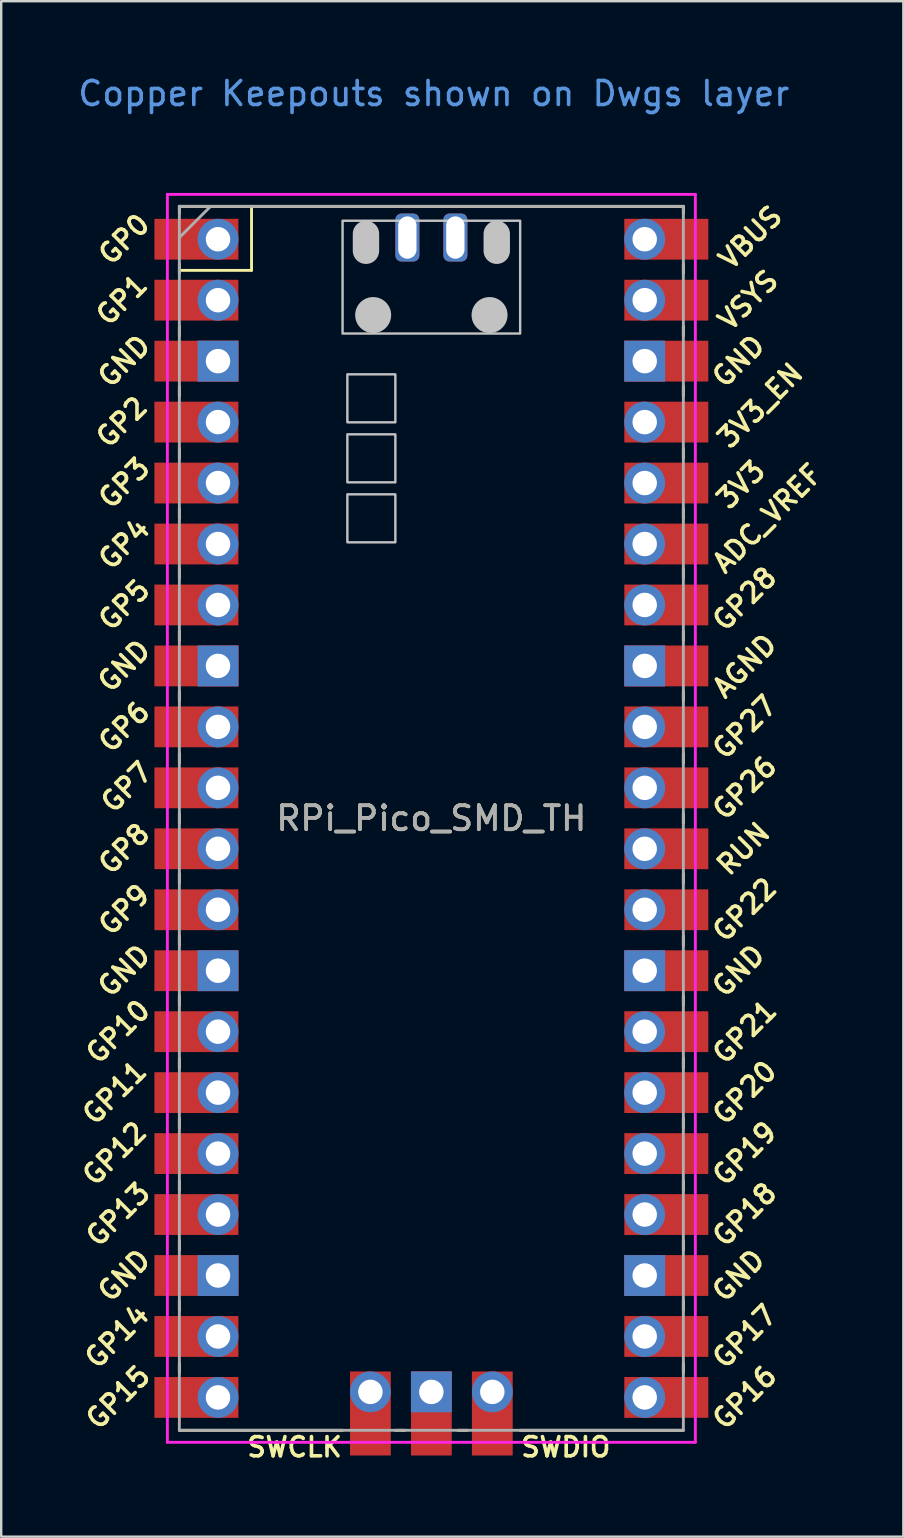
<source format=kicad_pcb>
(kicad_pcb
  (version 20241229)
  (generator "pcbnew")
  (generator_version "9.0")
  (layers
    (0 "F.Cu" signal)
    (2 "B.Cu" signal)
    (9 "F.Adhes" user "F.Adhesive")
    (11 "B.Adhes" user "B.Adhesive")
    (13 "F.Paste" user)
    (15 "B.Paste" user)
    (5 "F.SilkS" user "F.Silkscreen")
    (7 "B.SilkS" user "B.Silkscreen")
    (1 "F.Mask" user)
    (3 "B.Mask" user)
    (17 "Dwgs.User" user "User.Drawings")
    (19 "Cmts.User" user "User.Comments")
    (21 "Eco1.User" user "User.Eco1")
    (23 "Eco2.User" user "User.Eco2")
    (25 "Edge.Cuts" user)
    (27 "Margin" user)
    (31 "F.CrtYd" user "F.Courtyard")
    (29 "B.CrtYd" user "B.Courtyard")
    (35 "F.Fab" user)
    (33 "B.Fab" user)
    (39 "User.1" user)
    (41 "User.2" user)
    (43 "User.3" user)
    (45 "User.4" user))
  (footprint "RPi_Pico_SMD_TH"
    (layer "F.Cu")
    (at 14.924 31.048)
    (property "Reference" "RPi_Pico_SMD_TH" (at 0 0 0) (layer "F.SilkS") (effects (font (size 1 1) (thickness 0.15))))
    (attr through_hole)
    (fp_line (start -10.5 -25.5) (end -10.5 -25.2) (stroke (width 0.12) (type solid)) (layer "F.SilkS"))
    (fp_line (start -10.5 -25.5) (end 10.5 -25.5) (stroke (width 0.12) (type solid)) (layer "F.SilkS"))
    (fp_line (start -10.5 -23.1) (end -10.5 -22.7) (stroke (width 0.12) (type solid)) (layer "F.SilkS"))
    (fp_line (start -10.5 -22.833) (end -7.493 -22.833) (stroke (width 0.12) (type solid)) (layer "F.SilkS"))
    (fp_line (start -10.5 -20.5) (end -10.5 -20.1) (stroke (width 0.12) (type solid)) (layer "F.SilkS"))
    (fp_line (start -10.5 -18) (end -10.5 -17.6) (stroke (width 0.12) (type solid)) (layer "F.SilkS"))
    (fp_line (start -10.5 -15.4) (end -10.5 -15) (stroke (width 0.12) (type solid)) (layer "F.SilkS"))
    (fp_line (start -10.5 -12.9) (end -10.5 -12.5) (stroke (width 0.12) (type solid)) (layer "F.SilkS"))
    (fp_line (start -10.5 -10.4) (end -10.5 -10) (stroke (width 0.12) (type solid)) (layer "F.SilkS"))
    (fp_line (start -10.5 -7.8) (end -10.5 -7.4) (stroke (width 0.12) (type solid)) (layer "F.SilkS"))
    (fp_line (start -10.5 -5.3) (end -10.5 -4.9) (stroke (width 0.12) (type solid)) (layer "F.SilkS"))
    (fp_line (start -10.5 -2.7) (end -10.5 -2.3) (stroke (width 0.12) (type solid)) (layer "F.SilkS"))
    (fp_line (start -10.5 -0.2) (end -10.5 0.2) (stroke (width 0.12) (type solid)) (layer "F.SilkS"))
    (fp_line (start -10.5 2.3) (end -10.5 2.7) (stroke (width 0.12) (type solid)) (layer "F.SilkS"))
    (fp_line (start -10.5 4.9) (end -10.5 5.3) (stroke (width 0.12) (type solid)) (layer "F.SilkS"))
    (fp_line (start -10.5 7.4) (end -10.5 7.8) (stroke (width 0.12) (type solid)) (layer "F.SilkS"))
    (fp_line (start -10.5 10) (end -10.5 10.4) (stroke (width 0.12) (type solid)) (layer "F.SilkS"))
    (fp_line (start -10.5 12.5) (end -10.5 12.9) (stroke (width 0.12) (type solid)) (layer "F.SilkS"))
    (fp_line (start -10.5 15.1) (end -10.5 15.5) (stroke (width 0.12) (type solid)) (layer "F.SilkS"))
    (fp_line (start -10.5 17.6) (end -10.5 18) (stroke (width 0.12) (type solid)) (layer "F.SilkS"))
    (fp_line (start -10.5 20.1) (end -10.5 20.5) (stroke (width 0.12) (type solid)) (layer "F.SilkS"))
    (fp_line (start -10.5 22.7) (end -10.5 23.1) (stroke (width 0.12) (type solid)) (layer "F.SilkS"))
    (fp_line (start -7.493 -22.833) (end -7.493 -25.5) (stroke (width 0.12) (type solid)) (layer "F.SilkS"))
    (fp_line (start -3.7 25.5) (end -10.5 25.5) (stroke (width 0.12) (type solid)) (layer "F.SilkS"))
    (fp_line (start -1.5 25.5) (end -1.1 25.5) (stroke (width 0.12) (type solid)) (layer "F.SilkS"))
    (fp_line (start 1.1 25.5) (end 1.5 25.5) (stroke (width 0.12) (type solid)) (layer "F.SilkS"))
    (fp_line (start 10.5 -25.5) (end 10.5 -25.2) (stroke (width 0.12) (type solid)) (layer "F.SilkS"))
    (fp_line (start 10.5 -23.1) (end 10.5 -22.7) (stroke (width 0.12) (type solid)) (layer "F.SilkS"))
    (fp_line (start 10.5 -20.5) (end 10.5 -20.1) (stroke (width 0.12) (type solid)) (layer "F.SilkS"))
    (fp_line (start 10.5 -18) (end 10.5 -17.6) (stroke (width 0.12) (type solid)) (layer "F.SilkS"))
    (fp_line (start 10.5 -15.4) (end 10.5 -15) (stroke (width 0.12) (type solid)) (layer "F.SilkS"))
    (fp_line (start 10.5 -12.9) (end 10.5 -12.5) (stroke (width 0.12) (type solid)) (layer "F.SilkS"))
    (fp_line (start 10.5 -10.4) (end 10.5 -10) (stroke (width 0.12) (type solid)) (layer "F.SilkS"))
    (fp_line (start 10.5 -7.8) (end 10.5 -7.4) (stroke (width 0.12) (type solid)) (layer "F.SilkS"))
    (fp_line (start 10.5 -5.3) (end 10.5 -4.9) (stroke (width 0.12) (type solid)) (layer "F.SilkS"))
    (fp_line (start 10.5 -2.7) (end 10.5 -2.3) (stroke (width 0.12) (type solid)) (layer "F.SilkS"))
    (fp_line (start 10.5 -0.2) (end 10.5 0.2) (stroke (width 0.12) (type solid)) (layer "F.SilkS"))
    (fp_line (start 10.5 2.3) (end 10.5 2.7) (stroke (width 0.12) (type solid)) (layer "F.SilkS"))
    (fp_line (start 10.5 4.9) (end 10.5 5.3) (stroke (width 0.12) (type solid)) (layer "F.SilkS"))
    (fp_line (start 10.5 7.4) (end 10.5 7.8) (stroke (width 0.12) (type solid)) (layer "F.SilkS"))
    (fp_line (start 10.5 10) (end 10.5 10.4) (stroke (width 0.12) (type solid)) (layer "F.SilkS"))
    (fp_line (start 10.5 12.5) (end 10.5 12.9) (stroke (width 0.12) (type solid)) (layer "F.SilkS"))
    (fp_line (start 10.5 15.1) (end 10.5 15.5) (stroke (width 0.12) (type solid)) (layer "F.SilkS"))
    (fp_line (start 10.5 17.6) (end 10.5 18) (stroke (width 0.12) (type solid)) (layer "F.SilkS"))
    (fp_line (start 10.5 20.1) (end 10.5 20.5) (stroke (width 0.12) (type solid)) (layer "F.SilkS"))
    (fp_line (start 10.5 22.7) (end 10.5 23.1) (stroke (width 0.12) (type solid)) (layer "F.SilkS"))
    (fp_line (start 10.5 25.5) (end 3.7 25.5) (stroke (width 0.12) (type solid)) (layer "F.SilkS"))
    (fp_poly (pts (xy -1.5 -16.5) (xy -3.5 -16.5) (xy -3.5 -18.5) (xy -1.5 -18.5)) (stroke (width 0.1) (type solid)) (fill no) (layer "Dwgs.User"))
    (fp_poly (pts (xy -1.5 -14) (xy -3.5 -14) (xy -3.5 -16) (xy -1.5 -16)) (stroke (width 0.1) (type solid)) (fill no) (layer "Dwgs.User"))
    (fp_poly (pts (xy -1.5 -11.5) (xy -3.5 -11.5) (xy -3.5 -13.5) (xy -1.5 -13.5)) (stroke (width 0.1) (type solid)) (fill no) (layer "Dwgs.User"))
    (fp_poly (pts (xy 3.7 -20.2) (xy -3.7 -20.2) (xy -3.7 -24.9) (xy 3.7 -24.9)) (stroke (width 0.1) (type solid)) (fill no) (layer "Dwgs.User"))
    (fp_line (start -11 -26) (end 11 -26) (stroke (width 0.12) (type solid)) (layer "F.CrtYd"))
    (fp_line (start -11 26) (end -11 -26) (stroke (width 0.12) (type solid)) (layer "F.CrtYd"))
    (fp_line (start 11 -26) (end 11 26) (stroke (width 0.12) (type solid)) (layer "F.CrtYd"))
    (fp_line (start 11 26) (end -11 26) (stroke (width 0.12) (type solid)) (layer "F.CrtYd"))
    (fp_line (start -10.5 -25.5) (end 10.5 -25.5) (stroke (width 0.12) (type solid)) (layer "F.Fab"))
    (fp_line (start -10.5 -24.2) (end -9.2 -25.5) (stroke (width 0.12) (type solid)) (layer "F.Fab"))
    (fp_line (start -10.5 25.5) (end -10.5 -25.5) (stroke (width 0.12) (type solid)) (layer "F.Fab"))
    (fp_line (start 10.5 -25.5) (end 10.5 25.5) (stroke (width 0.12) (type solid)) (layer "F.Fab"))
    (fp_line (start 10.5 25.5) (end -10.5 25.5) (stroke (width 0.12) (type solid)) (layer "F.Fab"))
    (fp_text user "GND" (at 12.8 -19.05 45) (layer "F.SilkS") (effects (font (size 0.8 0.8) (thickness 0.15))))
    (fp_text user "RUN" (at 13 1.27 45) (layer "F.SilkS") (effects (font (size 0.8 0.8) (thickness 0.15))))
    (fp_text user "GP10" (at -13.054 8.89 45) (layer "F.SilkS") (effects (font (size 0.8 0.8) (thickness 0.15))))
    (fp_text user "GP0" (at -12.8 -24.13 45) (layer "F.SilkS") (effects (font (size 0.8 0.8) (thickness 0.15))))
    (fp_text user "GND" (at -12.8 19.05 45) (layer "F.SilkS") (effects (font (size 0.8 0.8) (thickness 0.15))))
    (fp_text user "GP15" (at -13.054 24.13 45) (layer "F.SilkS") (effects (font (size 0.8 0.8) (thickness 0.15))))
    (fp_text user "GND" (at -12.8 -19.05 45) (layer "F.SilkS") (effects (font (size 0.8 0.8) (thickness 0.15))))
    (fp_text user "GP22" (at 13.054 3.81 45) (layer "F.SilkS") (effects (font (size 0.8 0.8) (thickness 0.15))))
    (fp_text user "SWCLK" (at -5.7 26.2 0) (layer "F.SilkS") (effects (font (size 0.8 0.8) (thickness 0.15))))
    (fp_text user "SWDIO" (at 5.6 26.2 0) (layer "F.SilkS") (effects (font (size 0.8 0.8) (thickness 0.15))))
    (fp_text user "AGND" (at 13.054 -6.35 45) (layer "F.SilkS") (effects (font (size 0.8 0.8) (thickness 0.15))))
    (fp_text user "GND" (at -12.8 -6.35 45) (layer "F.SilkS") (effects (font (size 0.8 0.8) (thickness 0.15))))
    (fp_text user "GP7" (at -12.7 -1.3 45) (layer "F.SilkS") (effects (font (size 0.8 0.8) (thickness 0.15))))
    (fp_text user "GP5" (at -12.8 -8.89 45) (layer "F.SilkS") (effects (font (size 0.8 0.8) (thickness 0.15))))
    (fp_text user "GP6" (at -12.8 -3.81 45) (layer "F.SilkS") (effects (font (size 0.8 0.8) (thickness 0.15))))
    (fp_text user "3V3_EN" (at 13.7 -17.2 45) (layer "F.SilkS") (effects (font (size 0.8 0.8) (thickness 0.15))))
    (fp_text user "GP1" (at -12.9 -21.6 45) (layer "F.SilkS") (effects (font (size 0.8 0.8) (thickness 0.15))))
    (fp_text user "GP26" (at 13.054 -1.27 45) (layer "F.SilkS") (effects (font (size 0.8 0.8) (thickness 0.15))))
    (fp_text user "GP3" (at -12.8 -13.97 45) (layer "F.SilkS") (effects (font (size 0.8 0.8) (thickness 0.15))))
    (fp_text user "GP20" (at 13.054 11.43 45) (layer "F.SilkS") (effects (font (size 0.8 0.8) (thickness 0.15))))
    (fp_text user "GP27" (at 13.054 -3.8 45) (layer "F.SilkS") (effects (font (size 0.8 0.8) (thickness 0.15))))
    (fp_text user "GP13" (at -13.054 16.51 45) (layer "F.SilkS") (effects (font (size 0.8 0.8) (thickness 0.15))))
    (fp_text user "GP4" (at -12.8 -11.43 45) (layer "F.SilkS") (effects (font (size 0.8 0.8) (thickness 0.15))))
    (fp_text user "VSYS" (at 13.2 -21.59 45) (layer "F.SilkS") (effects (font (size 0.8 0.8) (thickness 0.15))))
    (fp_text user "GP12" (at -13.2 13.97 45) (layer "F.SilkS") (effects (font (size 0.8 0.8) (thickness 0.15))))
    (fp_text user "GP28" (at 13.054 -9.144 45) (layer "F.SilkS") (effects (font (size 0.8 0.8) (thickness 0.15))))
    (fp_text user "GP21" (at 13.054 8.9 45) (layer "F.SilkS") (effects (font (size 0.8 0.8) (thickness 0.15))))
    (fp_text user "GP17" (at 13.054 21.59 45) (layer "F.SilkS") (effects (font (size 0.8 0.8) (thickness 0.15))))
    (fp_text user "GP2" (at -12.9 -16.51 45) (layer "F.SilkS") (effects (font (size 0.8 0.8) (thickness 0.15))))
    (fp_text user "VBUS" (at 13.3 -24.2 45) (layer "F.SilkS") (effects (font (size 0.8 0.8) (thickness 0.15))))
    (fp_text user "3V3" (at 12.9 -13.9 45) (layer "F.SilkS") (effects (font (size 0.8 0.8) (thickness 0.15))))
    (fp_text user "GP9" (at -12.8 3.81 45) (layer "F.SilkS") (effects (font (size 0.8 0.8) (thickness 0.15))))
    (fp_text user "ADC_VREF" (at 14 -12.5 45) (layer "F.SilkS") (effects (font (size 0.8 0.8) (thickness 0.15))))
    (fp_text user "GP16" (at 13.054 24.13 45) (layer "F.SilkS") (effects (font (size 0.8 0.8) (thickness 0.15))))
    (fp_text user "GP19" (at 13.054 13.97 45) (layer "F.SilkS") (effects (font (size 0.8 0.8) (thickness 0.15))))
    (fp_text user "GP18" (at 13.054 16.51 45) (layer "F.SilkS") (effects (font (size 0.8 0.8) (thickness 0.15))))
    (fp_text user "GP14" (at -13.1 21.59 45) (layer "F.SilkS") (effects (font (size 0.8 0.8) (thickness 0.15))))
    (fp_text user "GND" (at -12.8 6.35 45) (layer "F.SilkS") (effects (font (size 0.8 0.8) (thickness 0.15))))
    (fp_text user "GP8" (at -12.8 1.27 45) (layer "F.SilkS") (effects (font (size 0.8 0.8) (thickness 0.15))))
    (fp_text user "GND" (at 12.8 6.35 45) (layer "F.SilkS") (effects (font (size 0.8 0.8) (thickness 0.15))))
    (fp_text user "GND" (at 12.8 19.05 45) (layer "F.SilkS") (effects (font (size 0.8 0.8) (thickness 0.15))))
    (fp_text user "GP11" (at -13.2 11.43 45) (layer "F.SilkS") (effects (font (size 0.8 0.8) (thickness 0.15))))
    (fp_text user "Copper Keepouts shown on Dwgs layer" (at 0.1 -30.2 0) (layer "Cmts.User") (effects (font (size 1 1) (thickness 0.15))))
    (fp_text user "${REFERENCE}" (at 0 0 180) (layer "F.Fab") (effects (font (size 1 1) (thickness 0.15))))
    (pad "" smd oval (at -2.725 -24) (size 1.1 1.8) (layers "Dwgs.User"))
    (pad "" smd oval (at -2.425 -20.97) (size 1.5 1.5) (layers "Dwgs.User"))
    (pad "" smd oval (at 2.425 -20.97) (size 1.5 1.5) (layers "Dwgs.User"))
    (pad "" smd oval (at 2.725 -24) (size 1.1 1.8) (layers "Dwgs.User"))
    (pad "1" thru_hole oval (at -8.89 -24.13) (size 1.7 1.7) (drill 1.02) (layers "*.Cu" "*.Mask"))
    (pad "1" smd rect (at -8.89 -24.13) (size 3.5 1.7) (drill (offset -0.9 0)) (layers "F.Cu" "F.Mask"))
    (pad "2" thru_hole oval (at -8.89 -21.59) (size 1.7 1.7) (drill 1.02) (layers "*.Cu" "*.Mask"))
    (pad "2" smd rect (at -8.89 -21.59) (size 3.5 1.7) (drill (offset -0.9 0)) (layers "F.Cu" "F.Mask"))
    (pad "3" thru_hole rect (at -8.89 -19.05) (size 1.7 1.7) (drill 1.02) (layers "*.Cu" "*.Mask"))
    (pad "3" smd rect (at -8.89 -19.05) (size 3.5 1.7) (drill (offset -0.9 0)) (layers "F.Cu" "F.Mask"))
    (pad "4" thru_hole oval (at -8.89 -16.51) (size 1.7 1.7) (drill 1.02) (layers "*.Cu" "*.Mask"))
    (pad "4" smd rect (at -8.89 -16.51) (size 3.5 1.7) (drill (offset -0.9 0)) (layers "F.Cu" "F.Mask"))
    (pad "5" thru_hole oval (at -8.89 -13.97) (size 1.7 1.7) (drill 1.02) (layers "*.Cu" "*.Mask"))
    (pad "5" smd rect (at -8.89 -13.97) (size 3.5 1.7) (drill (offset -0.9 0)) (layers "F.Cu" "F.Mask"))
    (pad "6" thru_hole oval (at -8.89 -11.43) (size 1.7 1.7) (drill 1.02) (layers "*.Cu" "*.Mask"))
    (pad "6" smd rect (at -8.89 -11.43) (size 3.5 1.7) (drill (offset -0.9 0)) (layers "F.Cu" "F.Mask"))
    (pad "7" thru_hole oval (at -8.89 -8.89) (size 1.7 1.7) (drill 1.02) (layers "*.Cu" "*.Mask"))
    (pad "7" smd rect (at -8.89 -8.89) (size 3.5 1.7) (drill (offset -0.9 0)) (layers "F.Cu" "F.Mask"))
    (pad "8" thru_hole rect (at -8.89 -6.35) (size 1.7 1.7) (drill 1.02) (layers "*.Cu" "*.Mask"))
    (pad "8" smd rect (at -8.89 -6.35) (size 3.5 1.7) (drill (offset -0.9 0)) (layers "F.Cu" "F.Mask"))
    (pad "9" thru_hole oval (at -8.89 -3.81) (size 1.7 1.7) (drill 1.02) (layers "*.Cu" "*.Mask"))
    (pad "9" smd rect (at -8.89 -3.81) (size 3.5 1.7) (drill (offset -0.9 0)) (layers "F.Cu" "F.Mask"))
    (pad "10" thru_hole oval (at -8.89 -1.27) (size 1.7 1.7) (drill 1.02) (layers "*.Cu" "*.Mask"))
    (pad "10" smd rect (at -8.89 -1.27) (size 3.5 1.7) (drill (offset -0.9 0)) (layers "F.Cu" "F.Mask"))
    (pad "11" thru_hole oval (at -8.89 1.27) (size 1.7 1.7) (drill 1.02) (layers "*.Cu" "*.Mask"))
    (pad "11" smd rect (at -8.89 1.27) (size 3.5 1.7) (drill (offset -0.9 0)) (layers "F.Cu" "F.Mask"))
    (pad "12" thru_hole oval (at -8.89 3.81) (size 1.7 1.7) (drill 1.02) (layers "*.Cu" "*.Mask"))
    (pad "12" smd rect (at -8.89 3.81) (size 3.5 1.7) (drill (offset -0.9 0)) (layers "F.Cu" "F.Mask"))
    (pad "13" thru_hole rect (at -8.89 6.35) (size 1.7 1.7) (drill 1.02) (layers "*.Cu" "*.Mask"))
    (pad "13" smd rect (at -8.89 6.35) (size 3.5 1.7) (drill (offset -0.9 0)) (layers "F.Cu" "F.Mask"))
    (pad "14" thru_hole oval (at -8.89 8.89) (size 1.7 1.7) (drill 1.02) (layers "*.Cu" "*.Mask"))
    (pad "14" smd rect (at -8.89 8.89) (size 3.5 1.7) (drill (offset -0.9 0)) (layers "F.Cu" "F.Mask"))
    (pad "15" thru_hole oval (at -8.89 11.43) (size 1.7 1.7) (drill 1.02) (layers "*.Cu" "*.Mask"))
    (pad "15" smd rect (at -8.89 11.43) (size 3.5 1.7) (drill (offset -0.9 0)) (layers "F.Cu" "F.Mask"))
    (pad "16" thru_hole oval (at -8.89 13.97) (size 1.7 1.7) (drill 1.02) (layers "*.Cu" "*.Mask"))
    (pad "16" smd rect (at -8.89 13.97) (size 3.5 1.7) (drill (offset -0.9 0)) (layers "F.Cu" "F.Mask"))
    (pad "17" thru_hole oval (at -8.89 16.51) (size 1.7 1.7) (drill 1.02) (layers "*.Cu" "*.Mask"))
    (pad "17" smd rect (at -8.89 16.51) (size 3.5 1.7) (drill (offset -0.9 0)) (layers "F.Cu" "F.Mask"))
    (pad "18" thru_hole rect (at -8.89 19.05) (size 1.7 1.7) (drill 1.02) (layers "*.Cu" "*.Mask"))
    (pad "18" smd rect (at -8.89 19.05) (size 3.5 1.7) (drill (offset -0.9 0)) (layers "F.Cu" "F.Mask"))
    (pad "19" thru_hole oval (at -8.89 21.59) (size 1.7 1.7) (drill 1.02) (layers "*.Cu" "*.Mask"))
    (pad "19" smd rect (at -8.89 21.59) (size 3.5 1.7) (drill (offset -0.9 0)) (layers "F.Cu" "F.Mask"))
    (pad "20" thru_hole oval (at -8.89 24.13) (size 1.7 1.7) (drill 1.02) (layers "*.Cu" "*.Mask"))
    (pad "20" smd rect (at -8.89 24.13) (size 3.5 1.7) (drill (offset -0.9 0)) (layers "F.Cu" "F.Mask"))
    (pad "21" thru_hole oval (at 8.89 24.13) (size 1.7 1.7) (drill 1.02) (layers "*.Cu" "*.Mask"))
    (pad "21" smd rect (at 8.89 24.13) (size 3.5 1.7) (drill (offset 0.9 0)) (layers "F.Cu" "F.Mask"))
    (pad "22" thru_hole oval (at 8.89 21.59) (size 1.7 1.7) (drill 1.02) (layers "*.Cu" "*.Mask"))
    (pad "22" smd rect (at 8.89 21.59) (size 3.5 1.7) (drill (offset 0.9 0)) (layers "F.Cu" "F.Mask"))
    (pad "23" thru_hole rect (at 8.89 19.05) (size 1.7 1.7) (drill 1.02) (layers "*.Cu" "*.Mask"))
    (pad "23" smd rect (at 8.89 19.05) (size 3.5 1.7) (drill (offset 0.9 0)) (layers "F.Cu" "F.Mask"))
    (pad "24" thru_hole oval (at 8.89 16.51) (size 1.7 1.7) (drill 1.02) (layers "*.Cu" "*.Mask"))
    (pad "24" smd rect (at 8.89 16.51) (size 3.5 1.7) (drill (offset 0.9 0)) (layers "F.Cu" "F.Mask"))
    (pad "25" thru_hole oval (at 8.89 13.97) (size 1.7 1.7) (drill 1.02) (layers "*.Cu" "*.Mask"))
    (pad "25" smd rect (at 8.89 13.97) (size 3.5 1.7) (drill (offset 0.9 0)) (layers "F.Cu" "F.Mask"))
    (pad "26" thru_hole oval (at 8.89 11.43) (size 1.7 1.7) (drill 1.02) (layers "*.Cu" "*.Mask"))
    (pad "26" smd rect (at 8.89 11.43) (size 3.5 1.7) (drill (offset 0.9 0)) (layers "F.Cu" "F.Mask"))
    (pad "27" thru_hole oval (at 8.89 8.89) (size 1.7 1.7) (drill 1.02) (layers "*.Cu" "*.Mask"))
    (pad "27" smd rect (at 8.89 8.89) (size 3.5 1.7) (drill (offset 0.9 0)) (layers "F.Cu" "F.Mask"))
    (pad "28" thru_hole rect (at 8.89 6.35) (size 1.7 1.7) (drill 1.02) (layers "*.Cu" "*.Mask"))
    (pad "28" smd rect (at 8.89 6.35) (size 3.5 1.7) (drill (offset 0.9 0)) (layers "F.Cu" "F.Mask"))
    (pad "29" thru_hole oval (at 8.89 3.81) (size 1.7 1.7) (drill 1.02) (layers "*.Cu" "*.Mask"))
    (pad "29" smd rect (at 8.89 3.81) (size 3.5 1.7) (drill (offset 0.9 0)) (layers "F.Cu" "F.Mask"))
    (pad "30" thru_hole oval (at 8.89 1.27) (size 1.7 1.7) (drill 1.02) (layers "*.Cu" "*.Mask"))
    (pad "30" smd rect (at 8.89 1.27) (size 3.5 1.7) (drill (offset 0.9 0)) (layers "F.Cu" "F.Mask"))
    (pad "31" thru_hole oval (at 8.89 -1.27) (size 1.7 1.7) (drill 1.02) (layers "*.Cu" "*.Mask"))
    (pad "31" smd rect (at 8.89 -1.27) (size 3.5 1.7) (drill (offset 0.9 0)) (layers "F.Cu" "F.Mask"))
    (pad "32" thru_hole oval (at 8.89 -3.81) (size 1.7 1.7) (drill 1.02) (layers "*.Cu" "*.Mask"))
    (pad "32" smd rect (at 8.89 -3.81) (size 3.5 1.7) (drill (offset 0.9 0)) (layers "F.Cu" "F.Mask"))
    (pad "33" thru_hole rect (at 8.89 -6.35) (size 1.7 1.7) (drill 1.02) (layers "*.Cu" "*.Mask"))
    (pad "33" smd rect (at 8.89 -6.35) (size 3.5 1.7) (drill (offset 0.9 0)) (layers "F.Cu" "F.Mask"))
    (pad "34" thru_hole oval (at 8.89 -8.89) (size 1.7 1.7) (drill 1.02) (layers "*.Cu" "*.Mask"))
    (pad "34" smd rect (at 8.89 -8.89) (size 3.5 1.7) (drill (offset 0.9 0)) (layers "F.Cu" "F.Mask"))
    (pad "35" thru_hole oval (at 8.89 -11.43) (size 1.7 1.7) (drill 1.02) (layers "*.Cu" "*.Mask"))
    (pad "35" smd rect (at 8.89 -11.43) (size 3.5 1.7) (drill (offset 0.9 0)) (layers "F.Cu" "F.Mask"))
    (pad "36" thru_hole oval (at 8.89 -13.97) (size 1.7 1.7) (drill 1.02) (layers "*.Cu" "*.Mask"))
    (pad "36" smd rect (at 8.89 -13.97) (size 3.5 1.7) (drill (offset 0.9 0)) (layers "F.Cu" "F.Mask"))
    (pad "37" thru_hole oval (at 8.89 -16.51) (size 1.7 1.7) (drill 1.02) (layers "*.Cu" "*.Mask"))
    (pad "37" smd rect (at 8.89 -16.51) (size 3.5 1.7) (drill (offset 0.9 0)) (layers "F.Cu" "F.Mask"))
    (pad "38" thru_hole rect (at 8.89 -19.05) (size 1.7 1.7) (drill 1.02) (layers "*.Cu" "*.Mask"))
    (pad "38" smd rect (at 8.89 -19.05) (size 3.5 1.7) (drill (offset 0.9 0)) (layers "F.Cu" "F.Mask"))
    (pad "39" thru_hole oval (at 8.89 -21.59) (size 1.7 1.7) (drill 1.02) (layers "*.Cu" "*.Mask"))
    (pad "39" smd rect (at 8.89 -21.59) (size 3.5 1.7) (drill (offset 0.9 0)) (layers "F.Cu" "F.Mask"))
    (pad "40" thru_hole oval (at 8.89 -24.13) (size 1.7 1.7) (drill 1.02) (layers "*.Cu" "*.Mask"))
    (pad "40" smd rect (at 8.89 -24.13) (size 3.5 1.7) (drill (offset 0.9 0)) (layers "F.Cu" "F.Mask"))
    (pad "41" thru_hole oval (at -2.54 23.9) (size 1.7 1.7) (drill 1.02) (layers "*.Cu" "*.Mask"))
    (pad "41" smd rect (at -2.54 23.9 90) (size 3.5 1.7) (drill (offset -0.9 0)) (layers "F.Cu" "F.Mask"))
    (pad "42" thru_hole rect (at 0 23.9) (size 1.7 1.7) (drill 1.02) (layers "*.Cu" "*.Mask"))
    (pad "42" smd rect (at 0 23.9 90) (size 3.5 1.7) (drill (offset -0.9 0)) (layers "F.Cu" "F.Mask"))
    (pad "43" thru_hole oval (at 2.54 23.9) (size 1.7 1.7) (drill 1.02) (layers "*.Cu" "*.Mask"))
    (pad "43" smd rect (at 2.54 23.9 90) (size 3.5 1.7) (drill (offset -0.9 0)) (layers "F.Cu" "F.Mask"))
    (pad "44" thru_hole roundrect (at 1 -24.2) (size 1 2) (drill oval 0.762 1.762) (layers "*.Cu" "*.Mask") (roundrect_rratio 0.25))
    (pad "45" thru_hole roundrect (at -1 -24.2) (size 1 2) (drill oval 0.762 1.762) (layers "*.Cu" "*.Mask") (roundrect_rratio 0.25)))
  (gr_rect
    (start -3 -3)
    (end 34.591 60.98)
    (stroke (width 0.1) (type default))
    (fill no)
    (layer "Edge.Cuts")))
</source>
